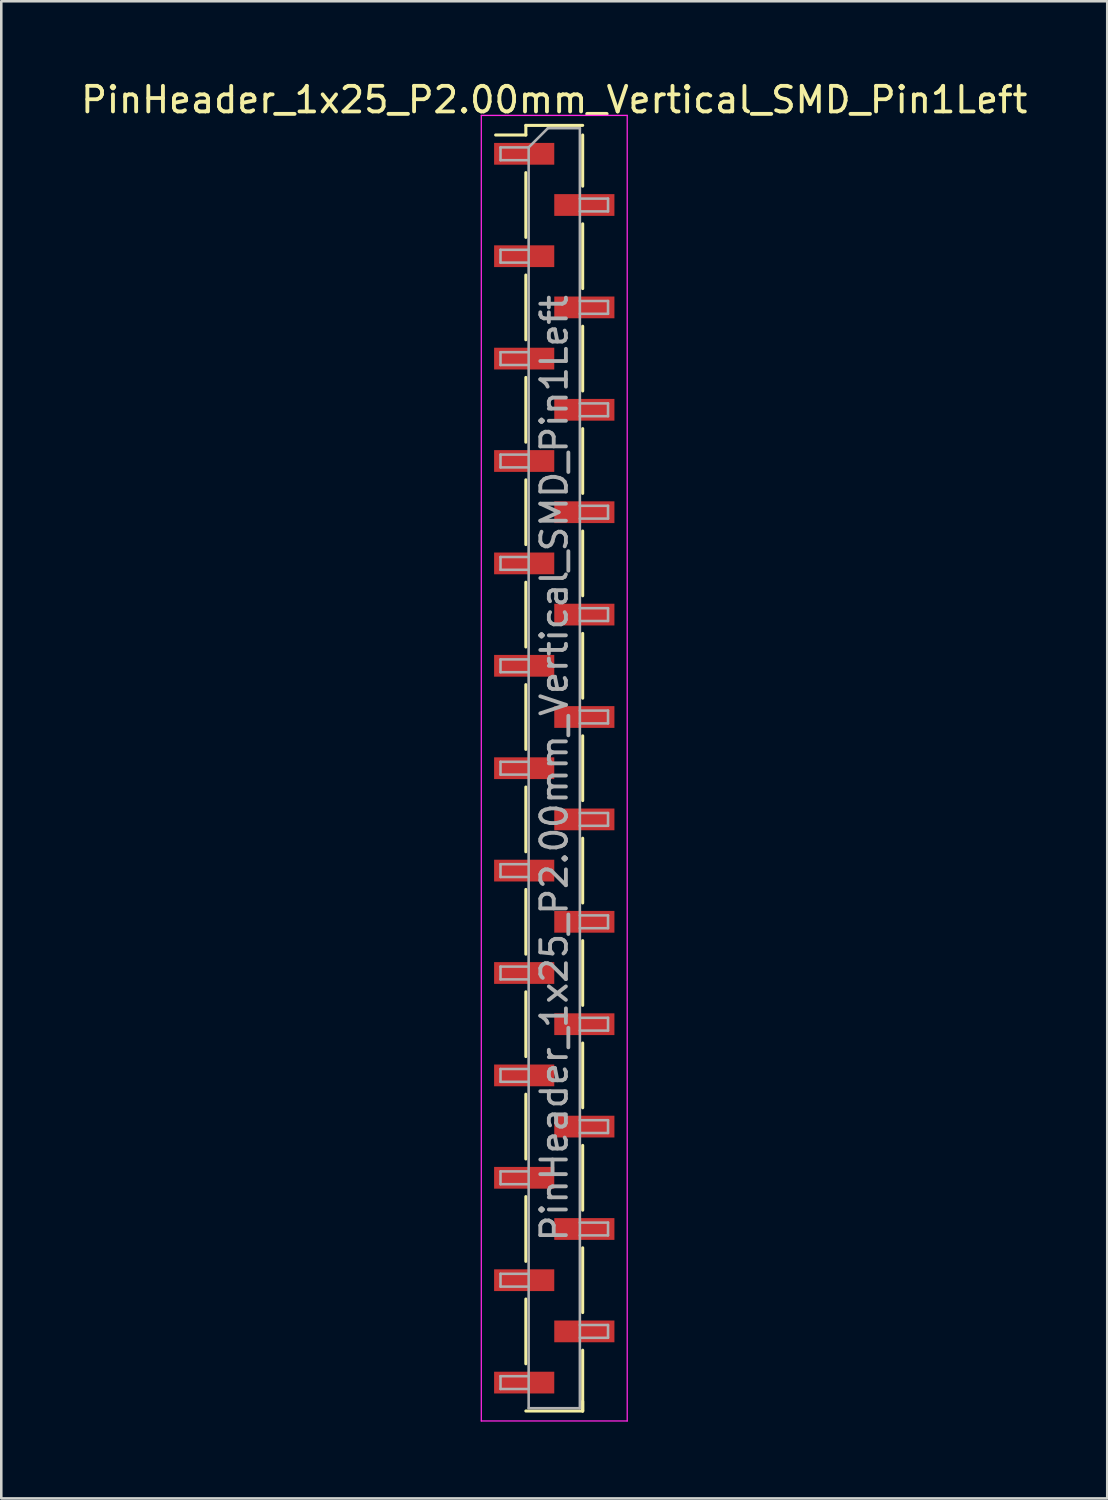
<source format=kicad_pcb>
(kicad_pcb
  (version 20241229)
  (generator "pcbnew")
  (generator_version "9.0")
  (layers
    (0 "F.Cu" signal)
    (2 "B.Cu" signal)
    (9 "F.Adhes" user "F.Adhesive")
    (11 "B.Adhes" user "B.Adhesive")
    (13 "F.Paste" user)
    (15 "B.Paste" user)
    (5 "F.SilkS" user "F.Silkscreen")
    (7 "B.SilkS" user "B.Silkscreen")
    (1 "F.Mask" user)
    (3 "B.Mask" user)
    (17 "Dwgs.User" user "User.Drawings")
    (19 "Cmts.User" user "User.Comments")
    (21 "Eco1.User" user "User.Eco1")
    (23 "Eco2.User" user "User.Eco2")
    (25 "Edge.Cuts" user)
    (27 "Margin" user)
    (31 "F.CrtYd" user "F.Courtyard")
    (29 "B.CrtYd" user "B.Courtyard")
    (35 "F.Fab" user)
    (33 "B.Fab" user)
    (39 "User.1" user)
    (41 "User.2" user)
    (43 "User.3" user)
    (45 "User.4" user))
  (footprint "PinHeader_1x25_P2.00mm_Vertical_SMD_Pin1Left"
    (layer "F.Cu")
    (at 18.601 26.958)
    (property "Reference" "PinHeader_1x25_P2.00mm_Vertical_SMD_Pin1Left" (at 0 -26.11 0) (layer "F.SilkS") (effects (font (size 1 1) (thickness 0.15))))
    (attr smd)
    (fp_line (start -1.11 -25.11) (end -1.11 -24.735) (stroke (width 0.12) (type solid)) (layer "F.SilkS"))
    (fp_line (start -1.11 -25.11) (end 1.11 -25.11) (stroke (width 0.12) (type solid)) (layer "F.SilkS"))
    (fp_line (start -1.11 -24.735) (end -2.29 -24.735) (stroke (width 0.12) (type solid)) (layer "F.SilkS"))
    (fp_line (start -1.11 -23.265) (end -1.11 -20.735) (stroke (width 0.12) (type solid)) (layer "F.SilkS"))
    (fp_line (start -1.11 -19.265) (end -1.11 -16.735) (stroke (width 0.12) (type solid)) (layer "F.SilkS"))
    (fp_line (start -1.11 -15.265) (end -1.11 -12.735) (stroke (width 0.12) (type solid)) (layer "F.SilkS"))
    (fp_line (start -1.11 -11.265) (end -1.11 -8.735) (stroke (width 0.12) (type solid)) (layer "F.SilkS"))
    (fp_line (start -1.11 -7.265) (end -1.11 -4.735) (stroke (width 0.12) (type solid)) (layer "F.SilkS"))
    (fp_line (start -1.11 -3.265) (end -1.11 -0.735) (stroke (width 0.12) (type solid)) (layer "F.SilkS"))
    (fp_line (start -1.11 0.735) (end -1.11 3.265) (stroke (width 0.12) (type solid)) (layer "F.SilkS"))
    (fp_line (start -1.11 4.735) (end -1.11 7.265) (stroke (width 0.12) (type solid)) (layer "F.SilkS"))
    (fp_line (start -1.11 8.735) (end -1.11 11.265) (stroke (width 0.12) (type solid)) (layer "F.SilkS"))
    (fp_line (start -1.11 12.735) (end -1.11 15.265) (stroke (width 0.12) (type solid)) (layer "F.SilkS"))
    (fp_line (start -1.11 16.735) (end -1.11 19.265) (stroke (width 0.12) (type solid)) (layer "F.SilkS"))
    (fp_line (start -1.11 20.735) (end -1.11 23.265) (stroke (width 0.12) (type solid)) (layer "F.SilkS"))
    (fp_line (start -1.11 25.11) (end 1.11 25.11) (stroke (width 0.12) (type solid)) (layer "F.SilkS"))
    (fp_line (start 1.11 -24.735) (end 1.11 -22.735) (stroke (width 0.12) (type solid)) (layer "F.SilkS"))
    (fp_line (start 1.11 -21.265) (end 1.11 -18.735) (stroke (width 0.12) (type solid)) (layer "F.SilkS"))
    (fp_line (start 1.11 -17.265) (end 1.11 -14.735) (stroke (width 0.12) (type solid)) (layer "F.SilkS"))
    (fp_line (start 1.11 -13.265) (end 1.11 -10.735) (stroke (width 0.12) (type solid)) (layer "F.SilkS"))
    (fp_line (start 1.11 -9.265) (end 1.11 -6.735) (stroke (width 0.12) (type solid)) (layer "F.SilkS"))
    (fp_line (start 1.11 -5.265) (end 1.11 -2.735) (stroke (width 0.12) (type solid)) (layer "F.SilkS"))
    (fp_line (start 1.11 -1.265) (end 1.11 1.265) (stroke (width 0.12) (type solid)) (layer "F.SilkS"))
    (fp_line (start 1.11 2.735) (end 1.11 5.265) (stroke (width 0.12) (type solid)) (layer "F.SilkS"))
    (fp_line (start 1.11 6.735) (end 1.11 9.265) (stroke (width 0.12) (type solid)) (layer "F.SilkS"))
    (fp_line (start 1.11 10.735) (end 1.11 13.265) (stroke (width 0.12) (type solid)) (layer "F.SilkS"))
    (fp_line (start 1.11 14.735) (end 1.11 17.265) (stroke (width 0.12) (type solid)) (layer "F.SilkS"))
    (fp_line (start 1.11 18.735) (end 1.11 21.265) (stroke (width 0.12) (type solid)) (layer "F.SilkS"))
    (fp_line (start 1.11 22.735) (end 1.11 25.11) (stroke (width 0.12) (type solid)) (layer "F.SilkS"))
    (fp_line (start 1.11 24.735) (end 1.11 25.11) (stroke (width 0.12) (type solid)) (layer "F.SilkS"))
    (fp_line (start -2.85 -25.5) (end -2.85 25.5) (stroke (width 0.05) (type solid)) (layer "F.CrtYd"))
    (fp_line (start -2.85 25.5) (end 2.85 25.5) (stroke (width 0.05) (type solid)) (layer "F.CrtYd"))
    (fp_line (start 2.85 -25.5) (end -2.85 -25.5) (stroke (width 0.05) (type solid)) (layer "F.CrtYd"))
    (fp_line (start 2.85 25.5) (end 2.85 -25.5) (stroke (width 0.05) (type solid)) (layer "F.CrtYd"))
    (fp_line (start -2.1 -24.25) (end -2.1 -23.75) (stroke (width 0.1) (type solid)) (layer "F.Fab"))
    (fp_line (start -2.1 -23.75) (end -1 -23.75) (stroke (width 0.1) (type solid)) (layer "F.Fab"))
    (fp_line (start -2.1 -20.25) (end -2.1 -19.75) (stroke (width 0.1) (type solid)) (layer "F.Fab"))
    (fp_line (start -2.1 -19.75) (end -1 -19.75) (stroke (width 0.1) (type solid)) (layer "F.Fab"))
    (fp_line (start -2.1 -16.25) (end -2.1 -15.75) (stroke (width 0.1) (type solid)) (layer "F.Fab"))
    (fp_line (start -2.1 -15.75) (end -1 -15.75) (stroke (width 0.1) (type solid)) (layer "F.Fab"))
    (fp_line (start -2.1 -12.25) (end -2.1 -11.75) (stroke (width 0.1) (type solid)) (layer "F.Fab"))
    (fp_line (start -2.1 -11.75) (end -1 -11.75) (stroke (width 0.1) (type solid)) (layer "F.Fab"))
    (fp_line (start -2.1 -8.25) (end -2.1 -7.75) (stroke (width 0.1) (type solid)) (layer "F.Fab"))
    (fp_line (start -2.1 -7.75) (end -1 -7.75) (stroke (width 0.1) (type solid)) (layer "F.Fab"))
    (fp_line (start -2.1 -4.25) (end -2.1 -3.75) (stroke (width 0.1) (type solid)) (layer "F.Fab"))
    (fp_line (start -2.1 -3.75) (end -1 -3.75) (stroke (width 0.1) (type solid)) (layer "F.Fab"))
    (fp_line (start -2.1 -0.25) (end -2.1 0.25) (stroke (width 0.1) (type solid)) (layer "F.Fab"))
    (fp_line (start -2.1 0.25) (end -1 0.25) (stroke (width 0.1) (type solid)) (layer "F.Fab"))
    (fp_line (start -2.1 3.75) (end -2.1 4.25) (stroke (width 0.1) (type solid)) (layer "F.Fab"))
    (fp_line (start -2.1 4.25) (end -1 4.25) (stroke (width 0.1) (type solid)) (layer "F.Fab"))
    (fp_line (start -2.1 7.75) (end -2.1 8.25) (stroke (width 0.1) (type solid)) (layer "F.Fab"))
    (fp_line (start -2.1 8.25) (end -1 8.25) (stroke (width 0.1) (type solid)) (layer "F.Fab"))
    (fp_line (start -2.1 11.75) (end -2.1 12.25) (stroke (width 0.1) (type solid)) (layer "F.Fab"))
    (fp_line (start -2.1 12.25) (end -1 12.25) (stroke (width 0.1) (type solid)) (layer "F.Fab"))
    (fp_line (start -2.1 15.75) (end -2.1 16.25) (stroke (width 0.1) (type solid)) (layer "F.Fab"))
    (fp_line (start -2.1 16.25) (end -1 16.25) (stroke (width 0.1) (type solid)) (layer "F.Fab"))
    (fp_line (start -2.1 19.75) (end -2.1 20.25) (stroke (width 0.1) (type solid)) (layer "F.Fab"))
    (fp_line (start -2.1 20.25) (end -1 20.25) (stroke (width 0.1) (type solid)) (layer "F.Fab"))
    (fp_line (start -2.1 23.75) (end -2.1 24.25) (stroke (width 0.1) (type solid)) (layer "F.Fab"))
    (fp_line (start -2.1 24.25) (end -1 24.25) (stroke (width 0.1) (type solid)) (layer "F.Fab"))
    (fp_line (start -1 -24.25) (end -2.1 -24.25) (stroke (width 0.1) (type solid)) (layer "F.Fab"))
    (fp_line (start -1 -24.25) (end -0.25 -25) (stroke (width 0.1) (type solid)) (layer "F.Fab"))
    (fp_line (start -1 -20.25) (end -2.1 -20.25) (stroke (width 0.1) (type solid)) (layer "F.Fab"))
    (fp_line (start -1 -16.25) (end -2.1 -16.25) (stroke (width 0.1) (type solid)) (layer "F.Fab"))
    (fp_line (start -1 -12.25) (end -2.1 -12.25) (stroke (width 0.1) (type solid)) (layer "F.Fab"))
    (fp_line (start -1 -8.25) (end -2.1 -8.25) (stroke (width 0.1) (type solid)) (layer "F.Fab"))
    (fp_line (start -1 -4.25) (end -2.1 -4.25) (stroke (width 0.1) (type solid)) (layer "F.Fab"))
    (fp_line (start -1 -0.25) (end -2.1 -0.25) (stroke (width 0.1) (type solid)) (layer "F.Fab"))
    (fp_line (start -1 3.75) (end -2.1 3.75) (stroke (width 0.1) (type solid)) (layer "F.Fab"))
    (fp_line (start -1 7.75) (end -2.1 7.75) (stroke (width 0.1) (type solid)) (layer "F.Fab"))
    (fp_line (start -1 11.75) (end -2.1 11.75) (stroke (width 0.1) (type solid)) (layer "F.Fab"))
    (fp_line (start -1 15.75) (end -2.1 15.75) (stroke (width 0.1) (type solid)) (layer "F.Fab"))
    (fp_line (start -1 19.75) (end -2.1 19.75) (stroke (width 0.1) (type solid)) (layer "F.Fab"))
    (fp_line (start -1 23.75) (end -2.1 23.75) (stroke (width 0.1) (type solid)) (layer "F.Fab"))
    (fp_line (start -1 25) (end -1 -24.25) (stroke (width 0.1) (type solid)) (layer "F.Fab"))
    (fp_line (start -0.25 -25) (end 1 -25) (stroke (width 0.1) (type solid)) (layer "F.Fab"))
    (fp_line (start 1 -25) (end 1 25) (stroke (width 0.1) (type solid)) (layer "F.Fab"))
    (fp_line (start 1 -22.25) (end 2.1 -22.25) (stroke (width 0.1) (type solid)) (layer "F.Fab"))
    (fp_line (start 1 -18.25) (end 2.1 -18.25) (stroke (width 0.1) (type solid)) (layer "F.Fab"))
    (fp_line (start 1 -14.25) (end 2.1 -14.25) (stroke (width 0.1) (type solid)) (layer "F.Fab"))
    (fp_line (start 1 -10.25) (end 2.1 -10.25) (stroke (width 0.1) (type solid)) (layer "F.Fab"))
    (fp_line (start 1 -6.25) (end 2.1 -6.25) (stroke (width 0.1) (type solid)) (layer "F.Fab"))
    (fp_line (start 1 -2.25) (end 2.1 -2.25) (stroke (width 0.1) (type solid)) (layer "F.Fab"))
    (fp_line (start 1 1.75) (end 2.1 1.75) (stroke (width 0.1) (type solid)) (layer "F.Fab"))
    (fp_line (start 1 5.75) (end 2.1 5.75) (stroke (width 0.1) (type solid)) (layer "F.Fab"))
    (fp_line (start 1 9.75) (end 2.1 9.75) (stroke (width 0.1) (type solid)) (layer "F.Fab"))
    (fp_line (start 1 13.75) (end 2.1 13.75) (stroke (width 0.1) (type solid)) (layer "F.Fab"))
    (fp_line (start 1 17.75) (end 2.1 17.75) (stroke (width 0.1) (type solid)) (layer "F.Fab"))
    (fp_line (start 1 21.75) (end 2.1 21.75) (stroke (width 0.1) (type solid)) (layer "F.Fab"))
    (fp_line (start 1 25) (end -1 25) (stroke (width 0.1) (type solid)) (layer "F.Fab"))
    (fp_line (start 2.1 -22.25) (end 2.1 -21.75) (stroke (width 0.1) (type solid)) (layer "F.Fab"))
    (fp_line (start 2.1 -21.75) (end 1 -21.75) (stroke (width 0.1) (type solid)) (layer "F.Fab"))
    (fp_line (start 2.1 -18.25) (end 2.1 -17.75) (stroke (width 0.1) (type solid)) (layer "F.Fab"))
    (fp_line (start 2.1 -17.75) (end 1 -17.75) (stroke (width 0.1) (type solid)) (layer "F.Fab"))
    (fp_line (start 2.1 -14.25) (end 2.1 -13.75) (stroke (width 0.1) (type solid)) (layer "F.Fab"))
    (fp_line (start 2.1 -13.75) (end 1 -13.75) (stroke (width 0.1) (type solid)) (layer "F.Fab"))
    (fp_line (start 2.1 -10.25) (end 2.1 -9.75) (stroke (width 0.1) (type solid)) (layer "F.Fab"))
    (fp_line (start 2.1 -9.75) (end 1 -9.75) (stroke (width 0.1) (type solid)) (layer "F.Fab"))
    (fp_line (start 2.1 -6.25) (end 2.1 -5.75) (stroke (width 0.1) (type solid)) (layer "F.Fab"))
    (fp_line (start 2.1 -5.75) (end 1 -5.75) (stroke (width 0.1) (type solid)) (layer "F.Fab"))
    (fp_line (start 2.1 -2.25) (end 2.1 -1.75) (stroke (width 0.1) (type solid)) (layer "F.Fab"))
    (fp_line (start 2.1 -1.75) (end 1 -1.75) (stroke (width 0.1) (type solid)) (layer "F.Fab"))
    (fp_line (start 2.1 1.75) (end 2.1 2.25) (stroke (width 0.1) (type solid)) (layer "F.Fab"))
    (fp_line (start 2.1 2.25) (end 1 2.25) (stroke (width 0.1) (type solid)) (layer "F.Fab"))
    (fp_line (start 2.1 5.75) (end 2.1 6.25) (stroke (width 0.1) (type solid)) (layer "F.Fab"))
    (fp_line (start 2.1 6.25) (end 1 6.25) (stroke (width 0.1) (type solid)) (layer "F.Fab"))
    (fp_line (start 2.1 9.75) (end 2.1 10.25) (stroke (width 0.1) (type solid)) (layer "F.Fab"))
    (fp_line (start 2.1 10.25) (end 1 10.25) (stroke (width 0.1) (type solid)) (layer "F.Fab"))
    (fp_line (start 2.1 13.75) (end 2.1 14.25) (stroke (width 0.1) (type solid)) (layer "F.Fab"))
    (fp_line (start 2.1 14.25) (end 1 14.25) (stroke (width 0.1) (type solid)) (layer "F.Fab"))
    (fp_line (start 2.1 17.75) (end 2.1 18.25) (stroke (width 0.1) (type solid)) (layer "F.Fab"))
    (fp_line (start 2.1 18.25) (end 1 18.25) (stroke (width 0.1) (type solid)) (layer "F.Fab"))
    (fp_line (start 2.1 21.75) (end 2.1 22.25) (stroke (width 0.1) (type solid)) (layer "F.Fab"))
    (fp_line (start 2.1 22.25) (end 1 22.25) (stroke (width 0.1) (type solid)) (layer "F.Fab"))
    (fp_text user "${REFERENCE}" (at 0 0 90) (layer "F.Fab") (effects (font (size 1 1) (thickness 0.15))))
    (pad "1" smd rect (at -1.175 -24) (size 2.35 0.85) (layers "F.Cu" "F.Mask" "F.Paste"))
    (pad "2" smd rect (at 1.175 -22) (size 2.35 0.85) (layers "F.Cu" "F.Mask" "F.Paste"))
    (pad "3" smd rect (at -1.175 -20) (size 2.35 0.85) (layers "F.Cu" "F.Mask" "F.Paste"))
    (pad "4" smd rect (at 1.175 -18) (size 2.35 0.85) (layers "F.Cu" "F.Mask" "F.Paste"))
    (pad "5" smd rect (at -1.175 -16) (size 2.35 0.85) (layers "F.Cu" "F.Mask" "F.Paste"))
    (pad "6" smd rect (at 1.175 -14) (size 2.35 0.85) (layers "F.Cu" "F.Mask" "F.Paste"))
    (pad "7" smd rect (at -1.175 -12) (size 2.35 0.85) (layers "F.Cu" "F.Mask" "F.Paste"))
    (pad "8" smd rect (at 1.175 -10) (size 2.35 0.85) (layers "F.Cu" "F.Mask" "F.Paste"))
    (pad "9" smd rect (at -1.175 -8) (size 2.35 0.85) (layers "F.Cu" "F.Mask" "F.Paste"))
    (pad "10" smd rect (at 1.175 -6) (size 2.35 0.85) (layers "F.Cu" "F.Mask" "F.Paste"))
    (pad "11" smd rect (at -1.175 -4) (size 2.35 0.85) (layers "F.Cu" "F.Mask" "F.Paste"))
    (pad "12" smd rect (at 1.175 -2) (size 2.35 0.85) (layers "F.Cu" "F.Mask" "F.Paste"))
    (pad "13" smd rect (at -1.175 0) (size 2.35 0.85) (layers "F.Cu" "F.Mask" "F.Paste"))
    (pad "14" smd rect (at 1.175 2) (size 2.35 0.85) (layers "F.Cu" "F.Mask" "F.Paste"))
    (pad "15" smd rect (at -1.175 4) (size 2.35 0.85) (layers "F.Cu" "F.Mask" "F.Paste"))
    (pad "16" smd rect (at 1.175 6) (size 2.35 0.85) (layers "F.Cu" "F.Mask" "F.Paste"))
    (pad "17" smd rect (at -1.175 8) (size 2.35 0.85) (layers "F.Cu" "F.Mask" "F.Paste"))
    (pad "18" smd rect (at 1.175 10) (size 2.35 0.85) (layers "F.Cu" "F.Mask" "F.Paste"))
    (pad "19" smd rect (at -1.175 12) (size 2.35 0.85) (layers "F.Cu" "F.Mask" "F.Paste"))
    (pad "20" smd rect (at 1.175 14) (size 2.35 0.85) (layers "F.Cu" "F.Mask" "F.Paste"))
    (pad "21" smd rect (at -1.175 16) (size 2.35 0.85) (layers "F.Cu" "F.Mask" "F.Paste"))
    (pad "22" smd rect (at 1.175 18) (size 2.35 0.85) (layers "F.Cu" "F.Mask" "F.Paste"))
    (pad "23" smd rect (at -1.175 20) (size 2.35 0.85) (layers "F.Cu" "F.Mask" "F.Paste"))
    (pad "24" smd rect (at 1.175 22) (size 2.35 0.85) (layers "F.Cu" "F.Mask" "F.Paste"))
    (pad "25" smd rect (at -1.175 24) (size 2.35 0.85) (layers "F.Cu" "F.Mask" "F.Paste")))
  (gr_rect
    (start -3 -3)
    (end 40.202 55.483)
    (stroke (width 0.1) (type default))
    (fill no)
    (layer "Edge.Cuts")))
</source>
